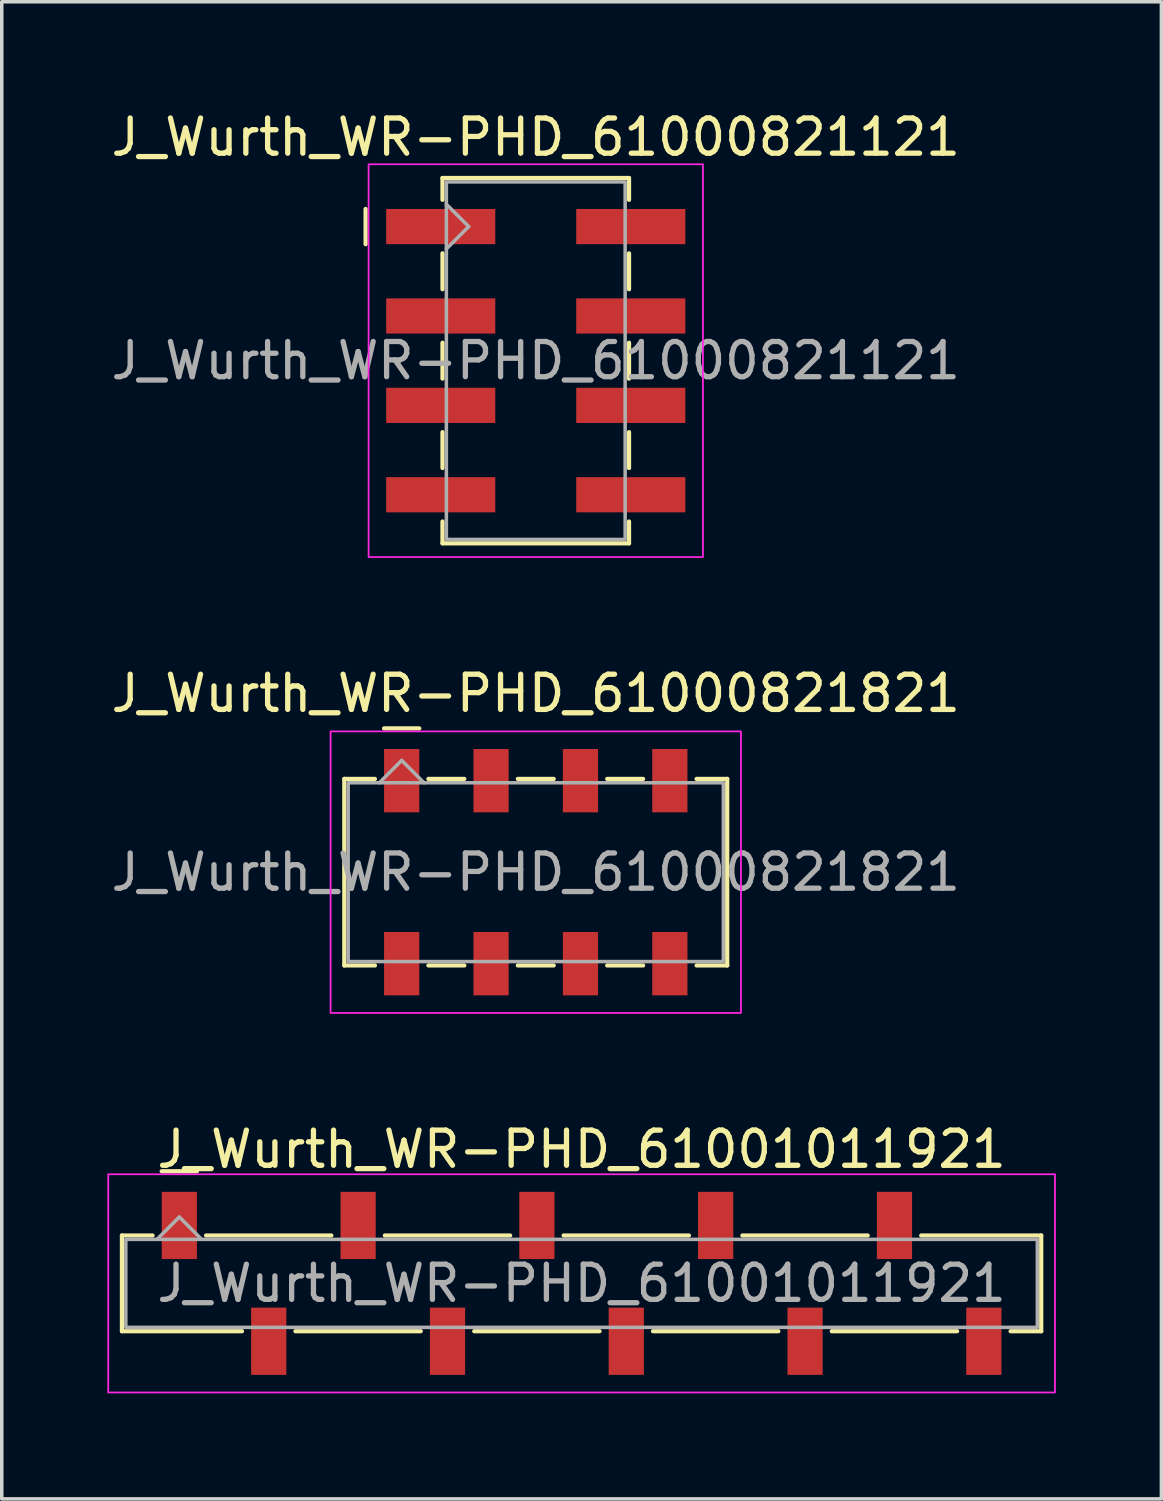
<source format=kicad_pcb>
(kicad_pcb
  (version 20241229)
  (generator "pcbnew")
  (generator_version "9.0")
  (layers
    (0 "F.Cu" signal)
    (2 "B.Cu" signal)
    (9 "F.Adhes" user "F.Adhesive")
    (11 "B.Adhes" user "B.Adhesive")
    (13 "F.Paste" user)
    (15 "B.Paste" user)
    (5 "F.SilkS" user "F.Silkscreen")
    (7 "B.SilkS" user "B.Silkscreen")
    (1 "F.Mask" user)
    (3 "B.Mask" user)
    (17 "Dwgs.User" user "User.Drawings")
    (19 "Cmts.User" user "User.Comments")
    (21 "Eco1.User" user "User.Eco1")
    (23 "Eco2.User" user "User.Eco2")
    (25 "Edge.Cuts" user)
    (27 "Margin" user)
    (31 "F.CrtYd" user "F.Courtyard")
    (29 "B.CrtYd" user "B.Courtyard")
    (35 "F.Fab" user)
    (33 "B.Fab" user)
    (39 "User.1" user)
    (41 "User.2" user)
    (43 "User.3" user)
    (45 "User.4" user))
  (footprint "J_Wurth_WR-PHD_61000821821"
    (layer "F.Cu")
    (at 12.173 21.732)
    (property "Reference" "J_Wurth_WR-PHD_61000821821" (at 0 -5.08 0) (unlocked yes) (layer "F.SilkS") (effects (font (size 1 1) (thickness 0.15))))
    (attr smd)
    (fp_line (start -5.44 -2.65) (end -5.44 2.65) (stroke (width 0.12) (type solid)) (layer "F.SilkS"))
    (fp_line (start -5.44 -2.65) (end -4.57 -2.65) (stroke (width 0.12) (type solid)) (layer "F.SilkS"))
    (fp_line (start -5.44 2.65) (end -4.57 2.65) (stroke (width 0.12) (type solid)) (layer "F.SilkS"))
    (fp_line (start -4.31 -4.085) (end -3.31 -4.085) (stroke (width 0.12) (type solid)) (layer "F.SilkS"))
    (fp_line (start -3.05 -2.65) (end -2.03 -2.65) (stroke (width 0.12) (type solid)) (layer "F.SilkS"))
    (fp_line (start -3.05 2.65) (end -2.03 2.65) (stroke (width 0.12) (type solid)) (layer "F.SilkS"))
    (fp_line (start -0.51 -2.65) (end 0.51 -2.65) (stroke (width 0.12) (type solid)) (layer "F.SilkS"))
    (fp_line (start -0.51 2.65) (end 0.51 2.65) (stroke (width 0.12) (type solid)) (layer "F.SilkS"))
    (fp_line (start 2.03 -2.65) (end 3.05 -2.65) (stroke (width 0.12) (type solid)) (layer "F.SilkS"))
    (fp_line (start 2.03 2.65) (end 3.05 2.65) (stroke (width 0.12) (type solid)) (layer "F.SilkS"))
    (fp_line (start 4.57 -2.65) (end 5.44 -2.65) (stroke (width 0.12) (type solid)) (layer "F.SilkS"))
    (fp_line (start 4.57 2.65) (end 5.44 2.65) (stroke (width 0.12) (type solid)) (layer "F.SilkS"))
    (fp_line (start 5.44 -2.65) (end 5.44 2.65) (stroke (width 0.12) (type solid)) (layer "F.SilkS"))
    (fp_rect (start -5.83 -4) (end 5.83 4) (stroke (width 0.05) (type solid)) (fill no) (layer "F.CrtYd"))
    (fp_line (start -4.445 -2.54) (end -3.81 -3.175) (stroke (width 0.1) (type default)) (layer "F.Fab"))
    (fp_line (start -3.81 -3.175) (end -3.175 -2.54) (stroke (width 0.1) (type default)) (layer "F.Fab"))
    (fp_rect (start -5.33 -2.54) (end 5.33 2.54) (stroke (width 0.1) (type solid)) (fill no) (layer "F.Fab"))
    (fp_text user "${REFERENCE}" (at 0 0 0) (unlocked yes) (layer "F.Fab") (effects (font (size 1 1) (thickness 0.15))))
    (pad "1" smd rect (at -3.81 -2.6) (size 1 1.8) (layers "F.Cu" "F.Mask" "F.Paste"))
    (pad "2" smd rect (at -3.81 2.6) (size 1 1.8) (layers "F.Cu" "F.Mask" "F.Paste"))
    (pad "3" smd rect (at -1.27 -2.6) (size 1 1.8) (layers "F.Cu" "F.Mask" "F.Paste"))
    (pad "4" smd rect (at -1.27 2.6) (size 1 1.8) (layers "F.Cu" "F.Mask" "F.Paste"))
    (pad "5" smd rect (at 1.27 -2.6) (size 1 1.8) (layers "F.Cu" "F.Mask" "F.Paste"))
    (pad "6" smd rect (at 1.27 2.6) (size 1 1.8) (layers "F.Cu" "F.Mask" "F.Paste"))
    (pad "7" smd rect (at 3.81 -2.6) (size 1 1.8) (layers "F.Cu" "F.Mask" "F.Paste"))
    (pad "8" smd rect (at 3.81 2.6) (size 1 1.8) (layers "F.Cu" "F.Mask" "F.Paste")))
  (footprint "J_Wurth_WR-PHD_61000821121"
    (layer "F.Cu")
    (at 12.173 7.198)
    (property "Reference" "J_Wurth_WR-PHD_61000821121" (at 0 -6.35 0) (unlocked yes) (layer "F.SilkS") (effects (font (size 1 1) (thickness 0.15))))
    (attr smd)
    (fp_line (start -4.835 -4.31) (end -4.835 -3.31) (stroke (width 0.12) (type solid)) (layer "F.SilkS"))
    (fp_line (start -2.65 -4.57) (end -2.65 -5.19) (stroke (width 0.12) (type solid)) (layer "F.SilkS"))
    (fp_line (start -2.65 -3.05) (end -2.65 -2.03) (stroke (width 0.12) (type solid)) (layer "F.SilkS"))
    (fp_line (start -2.65 -0.51) (end -2.65 0.51) (stroke (width 0.12) (type solid)) (layer "F.SilkS"))
    (fp_line (start -2.65 2.03) (end -2.65 3.05) (stroke (width 0.12) (type solid)) (layer "F.SilkS"))
    (fp_line (start -2.65 4.57) (end -2.65 5.19) (stroke (width 0.12) (type solid)) (layer "F.SilkS"))
    (fp_line (start 2.65 -5.19) (end -2.65 -5.19) (stroke (width 0.12) (type solid)) (layer "F.SilkS"))
    (fp_line (start 2.65 -5.19) (end 2.65 -4.57) (stroke (width 0.12) (type solid)) (layer "F.SilkS"))
    (fp_line (start 2.65 -3.05) (end 2.65 -2.03) (stroke (width 0.12) (type solid)) (layer "F.SilkS"))
    (fp_line (start 2.65 -0.51) (end 2.65 0.51) (stroke (width 0.12) (type solid)) (layer "F.SilkS"))
    (fp_line (start 2.65 2.03) (end 2.65 3.05) (stroke (width 0.12) (type solid)) (layer "F.SilkS"))
    (fp_line (start 2.65 4.57) (end 2.65 5.19) (stroke (width 0.12) (type solid)) (layer "F.SilkS"))
    (fp_line (start 2.65 5.19) (end -2.65 5.19) (stroke (width 0.12) (type solid)) (layer "F.SilkS"))
    (fp_rect (start -4.75 -5.58) (end 4.75 5.58) (stroke (width 0.05) (type solid)) (fill no) (layer "F.CrtYd"))
    (fp_line (start -2.54 -4.445) (end -1.905 -3.81) (stroke (width 0.1) (type default)) (layer "F.Fab"))
    (fp_line (start -1.905 -3.81) (end -2.54 -3.175) (stroke (width 0.1) (type default)) (layer "F.Fab"))
    (fp_rect (start -2.54 -5.08) (end 2.54 5.08) (stroke (width 0.1) (type solid)) (fill no) (layer "F.Fab"))
    (fp_text user "${REFERENCE}" (at 0 0 0) (unlocked yes) (layer "F.Fab") (effects (font (size 1 1) (thickness 0.15))))
    (pad "1" smd rect (at -2.7 -3.81 270) (size 1 3.1) (layers "F.Cu" "F.Mask" "F.Paste"))
    (pad "2" smd rect (at 2.7 -3.81 270) (size 1 3.1) (layers "F.Cu" "F.Mask" "F.Paste"))
    (pad "3" smd rect (at -2.7 -1.27 270) (size 1 3.1) (layers "F.Cu" "F.Mask" "F.Paste"))
    (pad "4" smd rect (at 2.7 -1.27 270) (size 1 3.1) (layers "F.Cu" "F.Mask" "F.Paste"))
    (pad "5" smd rect (at -2.7 1.27 270) (size 1 3.1) (layers "F.Cu" "F.Mask" "F.Paste"))
    (pad "6" smd rect (at 2.7 1.27 270) (size 1 3.1) (layers "F.Cu" "F.Mask" "F.Paste"))
    (pad "7" smd rect (at -2.7 3.81 270) (size 1 3.1) (layers "F.Cu" "F.Mask" "F.Paste"))
    (pad "8" smd rect (at 2.7 3.81 270) (size 1 3.1) (layers "F.Cu" "F.Mask" "F.Paste")))
  (footprint "J_Wurth_WR-PHD_61001011921"
    (layer "F.Cu")
    (at 13.475 33.415)
    (property "Reference" "J_Wurth_WR-PHD_61001011921" (at 0 -3.81 0) (unlocked yes) (layer "F.SilkS") (effects (font (size 1 1) (thickness 0.15))))
    (attr smd)
    (fp_line (start -13.06 -1.36) (end -13.06 1.36) (stroke (width 0.12) (type solid)) (layer "F.SilkS"))
    (fp_line (start -13.06 -1.36) (end -12.19 -1.36) (stroke (width 0.12) (type solid)) (layer "F.SilkS"))
    (fp_line (start -13.06 1.36) (end -9.65 1.36) (stroke (width 0.12) (type solid)) (layer "F.SilkS"))
    (fp_line (start -11.93 -3.185) (end -10.93 -3.185) (stroke (width 0.12) (type solid)) (layer "F.SilkS"))
    (fp_line (start -10.67 -1.36) (end -7.11 -1.36) (stroke (width 0.12) (type solid)) (layer "F.SilkS"))
    (fp_line (start -8.13 1.36) (end -4.57 1.36) (stroke (width 0.12) (type solid)) (layer "F.SilkS"))
    (fp_line (start -5.59 -1.36) (end -2.03 -1.36) (stroke (width 0.12) (type solid)) (layer "F.SilkS"))
    (fp_line (start -3.05 1.36) (end 0.51 1.36) (stroke (width 0.12) (type solid)) (layer "F.SilkS"))
    (fp_line (start -0.51 -1.36) (end 3.05 -1.36) (stroke (width 0.12) (type solid)) (layer "F.SilkS"))
    (fp_line (start 2.03 1.36) (end 5.59 1.36) (stroke (width 0.12) (type solid)) (layer "F.SilkS"))
    (fp_line (start 4.57 -1.36) (end 8.13 -1.36) (stroke (width 0.12) (type solid)) (layer "F.SilkS"))
    (fp_line (start 7.11 1.36) (end 10.67 1.36) (stroke (width 0.12) (type solid)) (layer "F.SilkS"))
    (fp_line (start 9.65 -1.36) (end 13.06 -1.36) (stroke (width 0.12) (type solid)) (layer "F.SilkS"))
    (fp_line (start 12.19 1.36) (end 13.06 1.36) (stroke (width 0.12) (type solid)) (layer "F.SilkS"))
    (fp_line (start 13.06 -1.36) (end 13.06 1.36) (stroke (width 0.12) (type solid)) (layer "F.SilkS"))
    (fp_rect (start -13.45 -3.1) (end 13.45 3.1) (stroke (width 0.05) (type solid)) (fill no) (layer "F.CrtYd"))
    (fp_line (start -12.065 -1.25) (end -11.43 -1.885) (stroke (width 0.1) (type default)) (layer "F.Fab"))
    (fp_line (start -11.43 -1.885) (end -10.795 -1.25) (stroke (width 0.1) (type default)) (layer "F.Fab"))
    (fp_rect (start -12.95 -1.25) (end 12.95 1.25) (stroke (width 0.1) (type solid)) (fill no) (layer "F.Fab"))
    (fp_text user "${REFERENCE}" (at 0 0 0) (unlocked yes) (layer "F.Fab") (effects (font (size 1 1) (thickness 0.15))))
    (pad "1" smd rect (at -11.43 -1.645) (size 1 1.91) (layers "F.Cu" "F.Mask" "F.Paste"))
    (pad "2" smd rect (at -8.89 1.645) (size 1 1.91) (layers "F.Cu" "F.Mask" "F.Paste"))
    (pad "3" smd rect (at -6.35 -1.645) (size 1 1.91) (layers "F.Cu" "F.Mask" "F.Paste"))
    (pad "4" smd rect (at -3.81 1.645) (size 1 1.91) (layers "F.Cu" "F.Mask" "F.Paste"))
    (pad "5" smd rect (at -1.27 -1.645) (size 1 1.91) (layers "F.Cu" "F.Mask" "F.Paste"))
    (pad "6" smd rect (at 1.27 1.645) (size 1 1.91) (layers "F.Cu" "F.Mask" "F.Paste"))
    (pad "7" smd rect (at 3.81 -1.645) (size 1 1.91) (layers "F.Cu" "F.Mask" "F.Paste"))
    (pad "8" smd rect (at 6.35 1.645) (size 1 1.91) (layers "F.Cu" "F.Mask" "F.Paste"))
    (pad "9" smd rect (at 8.89 -1.645) (size 1 1.91) (layers "F.Cu" "F.Mask" "F.Paste"))
    (pad "10" smd rect (at 11.43 1.645) (size 1 1.91) (layers "F.Cu" "F.Mask" "F.Paste")))
  (gr_rect
    (start -3 -3)
    (end 29.95 39.54)
    (stroke (width 0.1) (type default))
    (fill no)
    (layer "Edge.Cuts")))
</source>
